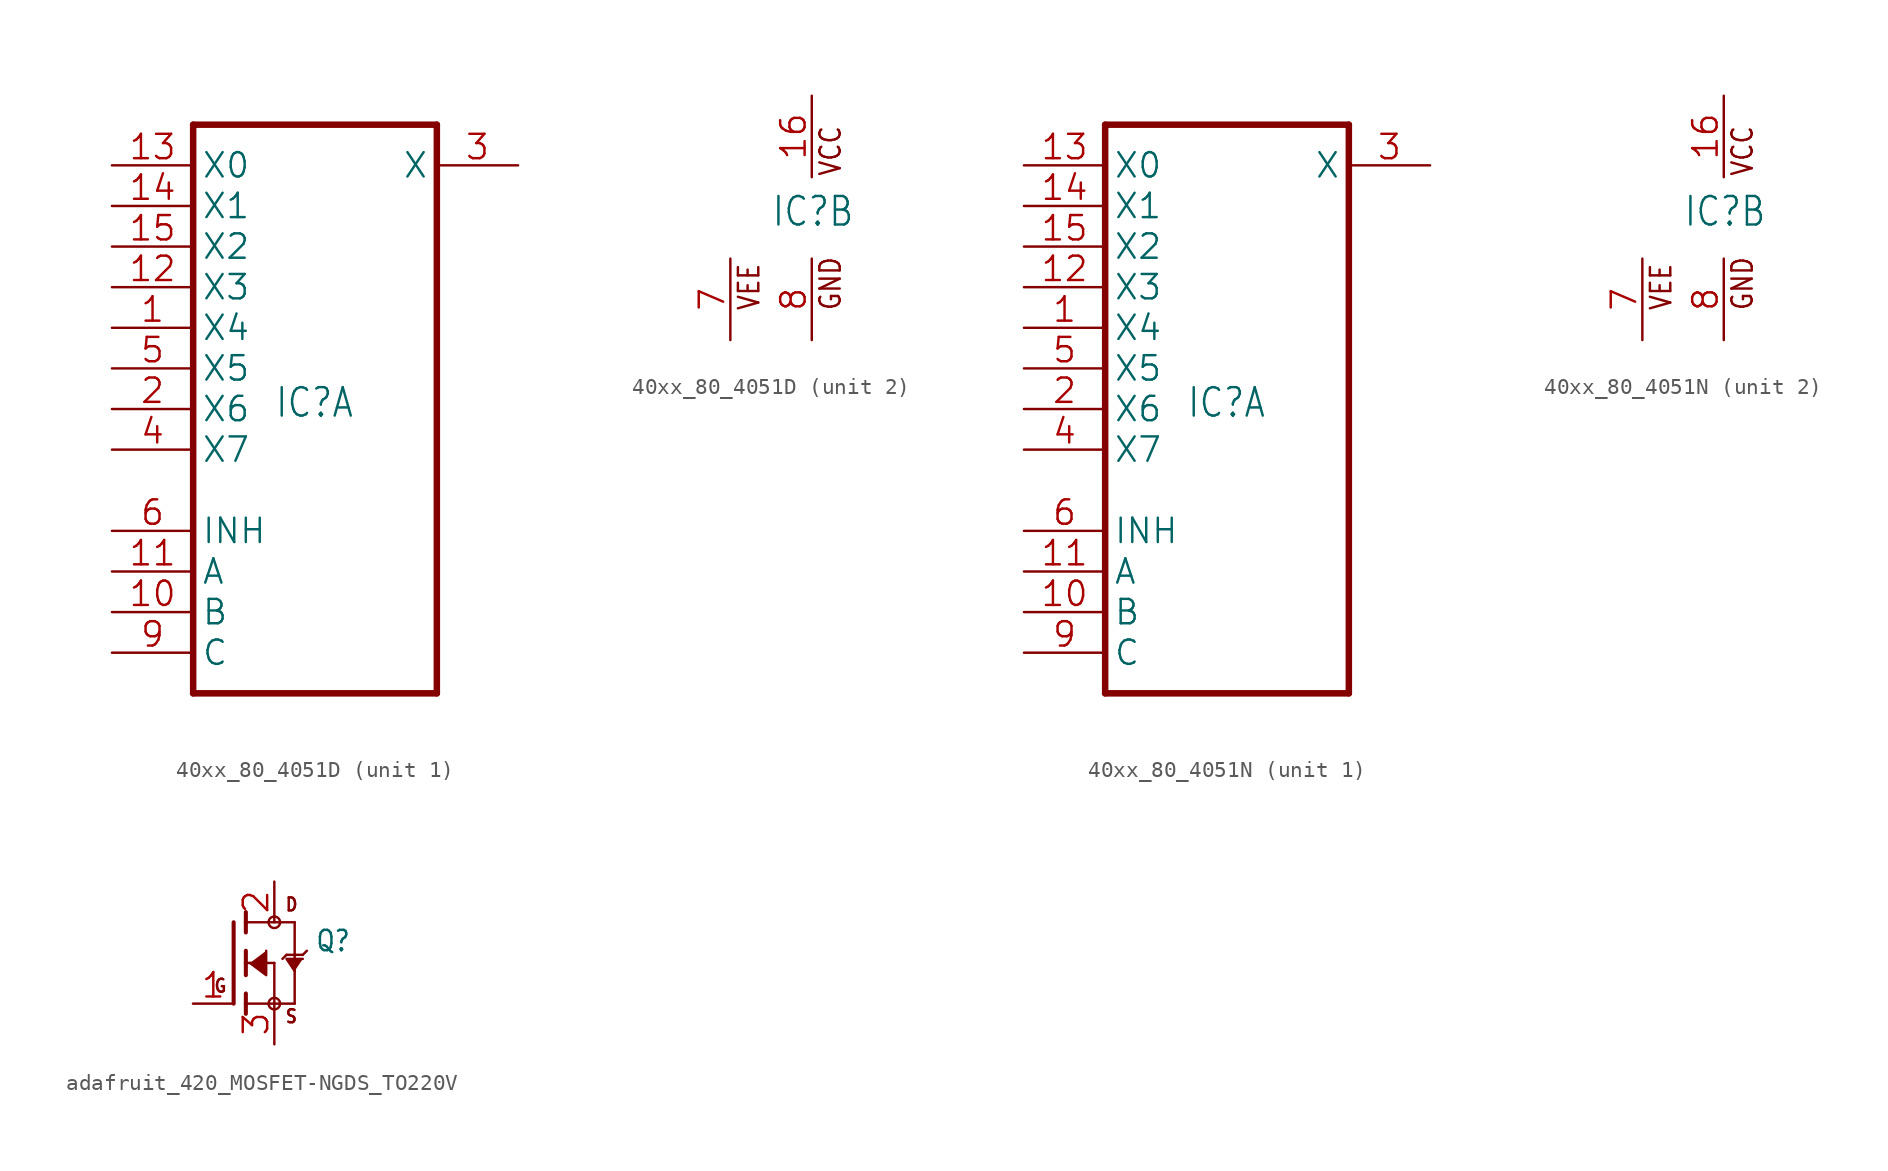
<source format=kicad_sym>
(kicad_symbol_lib
  (version 20241209)
  (generator "kicad_symbol_editor")
  (generator_version "9.0")
  (symbol "40xx_80_4051D"
    (property "Reference" "IC"
      (at -2.54 -0.635 0)
      (effects (font (size 1.778 1.511)) (justify left bottom)))
    (property "ki_locked" ""
      (at 0 0 0)
      (effects (font (size 1.27 1.27))))
    (symbol "40xx_80_4051D_1_0"
      (polyline (pts (xy -7.62 17.78) (xy -7.62 -17.78)) (stroke (width 0.406) (type solid)) (fill (type none)))
      (polyline (pts (xy -7.62 -17.78) (xy 7.62 -17.78)) (stroke (width 0.406) (type solid)) (fill (type none)))
      (polyline (pts (xy 7.62 17.78) (xy -7.62 17.78)) (stroke (width 0.406) (type solid)) (fill (type none)))
      (polyline (pts (xy 7.62 -17.78) (xy 7.62 17.78)) (stroke (width 0.406) (type solid)) (fill (type none)))
      (pin bidirectional line (at -12.7 15.24 0) (length 5.08) (name "X0" (effects (font (size 1.524 1.524)))) (number "13" (effects (font (size 1.524 1.524)))))
      (pin bidirectional line (at -12.7 12.7 0) (length 5.08) (name "X1" (effects (font (size 1.524 1.524)))) (number "14" (effects (font (size 1.524 1.524)))))
      (pin bidirectional line (at -12.7 10.16 0) (length 5.08) (name "X2" (effects (font (size 1.524 1.524)))) (number "15" (effects (font (size 1.524 1.524)))))
      (pin bidirectional line (at -12.7 7.62 0) (length 5.08) (name "X3" (effects (font (size 1.524 1.524)))) (number "12" (effects (font (size 1.524 1.524)))))
      (pin bidirectional line (at -12.7 5.08 0) (length 5.08) (name "X4" (effects (font (size 1.524 1.524)))) (number "1" (effects (font (size 1.524 1.524)))))
      (pin bidirectional line (at -12.7 2.54 0) (length 5.08) (name "X5" (effects (font (size 1.524 1.524)))) (number "5" (effects (font (size 1.524 1.524)))))
      (pin bidirectional line (at -12.7 0 0) (length 5.08) (name "X6" (effects (font (size 1.524 1.524)))) (number "2" (effects (font (size 1.524 1.524)))))
      (pin bidirectional line (at -12.7 -2.54 0) (length 5.08) (name "X7" (effects (font (size 1.524 1.524)))) (number "4" (effects (font (size 1.524 1.524)))))
      (pin input line (at -12.7 -7.62 0) (length 5.08) (name "INH" (effects (font (size 1.524 1.524)))) (number "6" (effects (font (size 1.524 1.524)))))
      (pin input line (at -12.7 -10.16 0) (length 5.08) (name "A" (effects (font (size 1.524 1.524)))) (number "11" (effects (font (size 1.524 1.524)))))
      (pin input line (at -12.7 -12.7 0) (length 5.08) (name "B" (effects (font (size 1.524 1.524)))) (number "10" (effects (font (size 1.524 1.524)))))
      (pin input line (at -12.7 -15.24 0) (length 5.08) (name "C" (effects (font (size 1.524 1.524)))) (number "9" (effects (font (size 1.524 1.524)))))
      (pin bidirectional line (at 12.7 15.24 180) (length 5.08) (name "X" (effects (font (size 1.524 1.524)))) (number "3" (effects (font (size 1.524 1.524))))))
    (symbol "40xx_80_4051D_2_0"
      (text "VEE" (at -3.175 -5.842 900) (effects (font (size 1.27 1.079)) (justify left bottom)))
      (text "VCC" (at 1.905 2.54 900) (effects (font (size 1.27 1.079)) (justify left bottom)))
      (text "GND" (at 1.905 -5.842 900) (effects (font (size 1.27 1.079)) (justify left bottom)))
      (pin power_in line (at -5.08 -7.62 90) (length 5.08) (name "VEE" (effects (font (size 0 0)))) (number "7" (effects (font (size 1.524 1.524)))))
      (pin power_in line (at 0 7.62 270) (length 5.08) (name "VCC" (effects (font (size 0 0)))) (number "16" (effects (font (size 1.524 1.524)))))
      (pin power_in line (at 0 -7.62 90) (length 5.08) (name "GND" (effects (font (size 0 0)))) (number "8" (effects (font (size 1.524 1.524)))))))
  (symbol "40xx_80_4051N"
    (property "Reference" "IC"
      (at -2.54 -0.635 0)
      (effects (font (size 1.778 1.511)) (justify left bottom)))
    (property "ki_locked" ""
      (at 0 0 0)
      (effects (font (size 1.27 1.27))))
    (symbol "40xx_80_4051N_1_0"
      (polyline (pts (xy -7.62 17.78) (xy -7.62 -17.78)) (stroke (width 0.406) (type solid)) (fill (type none)))
      (polyline (pts (xy -7.62 -17.78) (xy 7.62 -17.78)) (stroke (width 0.406) (type solid)) (fill (type none)))
      (polyline (pts (xy 7.62 17.78) (xy -7.62 17.78)) (stroke (width 0.406) (type solid)) (fill (type none)))
      (polyline (pts (xy 7.62 -17.78) (xy 7.62 17.78)) (stroke (width 0.406) (type solid)) (fill (type none)))
      (pin bidirectional line (at -12.7 15.24 0) (length 5.08) (name "X0" (effects (font (size 1.524 1.524)))) (number "13" (effects (font (size 1.524 1.524)))))
      (pin bidirectional line (at -12.7 12.7 0) (length 5.08) (name "X1" (effects (font (size 1.524 1.524)))) (number "14" (effects (font (size 1.524 1.524)))))
      (pin bidirectional line (at -12.7 10.16 0) (length 5.08) (name "X2" (effects (font (size 1.524 1.524)))) (number "15" (effects (font (size 1.524 1.524)))))
      (pin bidirectional line (at -12.7 7.62 0) (length 5.08) (name "X3" (effects (font (size 1.524 1.524)))) (number "12" (effects (font (size 1.524 1.524)))))
      (pin bidirectional line (at -12.7 5.08 0) (length 5.08) (name "X4" (effects (font (size 1.524 1.524)))) (number "1" (effects (font (size 1.524 1.524)))))
      (pin bidirectional line (at -12.7 2.54 0) (length 5.08) (name "X5" (effects (font (size 1.524 1.524)))) (number "5" (effects (font (size 1.524 1.524)))))
      (pin bidirectional line (at -12.7 0 0) (length 5.08) (name "X6" (effects (font (size 1.524 1.524)))) (number "2" (effects (font (size 1.524 1.524)))))
      (pin bidirectional line (at -12.7 -2.54 0) (length 5.08) (name "X7" (effects (font (size 1.524 1.524)))) (number "4" (effects (font (size 1.524 1.524)))))
      (pin input line (at -12.7 -7.62 0) (length 5.08) (name "INH" (effects (font (size 1.524 1.524)))) (number "6" (effects (font (size 1.524 1.524)))))
      (pin input line (at -12.7 -10.16 0) (length 5.08) (name "A" (effects (font (size 1.524 1.524)))) (number "11" (effects (font (size 1.524 1.524)))))
      (pin input line (at -12.7 -12.7 0) (length 5.08) (name "B" (effects (font (size 1.524 1.524)))) (number "10" (effects (font (size 1.524 1.524)))))
      (pin input line (at -12.7 -15.24 0) (length 5.08) (name "C" (effects (font (size 1.524 1.524)))) (number "9" (effects (font (size 1.524 1.524)))))
      (pin bidirectional line (at 12.7 15.24 180) (length 5.08) (name "X" (effects (font (size 1.524 1.524)))) (number "3" (effects (font (size 1.524 1.524))))))
    (symbol "40xx_80_4051N_2_0"
      (text "VEE" (at -3.175 -5.842 900) (effects (font (size 1.27 1.079)) (justify left bottom)))
      (text "VCC" (at 1.905 2.54 900) (effects (font (size 1.27 1.079)) (justify left bottom)))
      (text "GND" (at 1.905 -5.842 900) (effects (font (size 1.27 1.079)) (justify left bottom)))
      (pin power_in line (at -5.08 -7.62 90) (length 5.08) (name "VEE" (effects (font (size 0 0)))) (number "7" (effects (font (size 1.524 1.524)))))
      (pin power_in line (at 0 7.62 270) (length 5.08) (name "VCC" (effects (font (size 0 0)))) (number "16" (effects (font (size 1.524 1.524)))))
      (pin power_in line (at 0 -7.62 90) (length 5.08) (name "GND" (effects (font (size 0 0)))) (number "8" (effects (font (size 1.524 1.524)))))))
  (symbol "adafruit_420_MOSFET-NGDS_TO220V"
    (property "Reference" "Q"
      (at 5.08 0.635 0)
      (effects (font (size 1.27 1.079)) (justify left bottom)))
    (property "Value" ""
      (at 5.08 -1.27 0)
      (effects (font (size 1.27 1.079)) (justify left bottom)))
    (property "ki_locked" ""
      (at 0 0 0)
      (effects (font (size 1.27 1.27))))
    (symbol "adafruit_420_MOSFET-NGDS_TO220V_1_0"
      (polyline (pts (xy 0 2.54) (xy 0 -2.54)) (stroke (width 0.254) (type solid)) (fill (type none)))
      (polyline (pts (xy 0.762 3.175) (xy 0.762 2.54)) (stroke (width 0.254) (type solid)) (fill (type none)))
      (polyline (pts (xy 0.762 2.54) (xy 0.762 1.905)) (stroke (width 0.254) (type solid)) (fill (type none)))
      (polyline (pts (xy 0.762 2.54) (xy 3.81 2.54)) (stroke (width 0.152) (type solid)) (fill (type none)))
      (polyline (pts (xy 0.762 0.762) (xy 0.762 0)) (stroke (width 0.254) (type solid)) (fill (type none)))
      (polyline (pts (xy 0.762 0) (xy 0.762 -0.762)) (stroke (width 0.254) (type solid)) (fill (type none)))
      (polyline (pts (xy 0.762 0) (xy 2.54 0)) (stroke (width 0.152) (type solid)) (fill (type none)))
      (polyline (pts (xy 0.762 -1.905) (xy 0.762 -2.54)) (stroke (width 0.254) (type solid)) (fill (type none)))
      (polyline (pts (xy 0.762 -2.54) (xy 0.762 -3.175)) (stroke (width 0.254) (type solid)) (fill (type none)))
      (polyline (pts (xy 1.016 0) (xy 2.032 -0.762) (xy 2.032 0.762)) (stroke (width 0.152) (type solid)) (fill (type outline)))
      (circle (center 2.54 2.54) (radius 0.359) (stroke (width 0) (type solid)) (fill (type none)))
      (polyline (pts (xy 2.54 0) (xy 2.54 -2.54)) (stroke (width 0.152) (type solid)) (fill (type none)))
      (polyline (pts (xy 2.54 -2.54) (xy 0.762 -2.54)) (stroke (width 0.152) (type solid)) (fill (type none)))
      (polyline (pts (xy 2.54 -2.54) (xy 3.81 -2.54)) (stroke (width 0.152) (type solid)) (fill (type none)))
      (circle (center 2.54 -2.54) (radius 0.359) (stroke (width 0) (type solid)) (fill (type none)))
      (polyline (pts (xy 3.302 0.508) (xy 3.048 0.254)) (stroke (width 0.152) (type solid)) (fill (type none)))
      (polyline (pts (xy 3.81 2.54) (xy 3.81 0.508)) (stroke (width 0.152) (type solid)) (fill (type none)))
      (polyline (pts (xy 3.81 0.508) (xy 3.302 0.508)) (stroke (width 0.152) (type solid)) (fill (type none)))
      (polyline (pts (xy 3.81 0.508) (xy 3.81 -2.54)) (stroke (width 0.152) (type solid)) (fill (type none)))
      (polyline (pts (xy 3.81 -0.508) (xy 3.302 0.254) (xy 4.318 0.254)) (stroke (width 0.152) (type solid)) (fill (type outline)))
      (polyline (pts (xy 4.318 0.508) (xy 3.81 0.508)) (stroke (width 0.152) (type solid)) (fill (type none)))
      (polyline (pts (xy 4.572 0.762) (xy 4.318 0.508)) (stroke (width 0.152) (type solid)) (fill (type none)))
      (text "G" (at -1.27 -1.905 0) (effects (font (size 0.813 0.691)) (justify left bottom)))
      (text "D" (at 3.175 3.175 0) (effects (font (size 0.813 0.691)) (justify left bottom)))
      (text "S" (at 3.175 -3.81 0) (effects (font (size 0.813 0.691)) (justify left bottom)))
      (pin bidirectional line (at -2.54 -2.54 0) (length 2.54) (name "G" (effects (font (size 0 0)))) (number "1" (effects (font (size 1.524 1.524)))))
      (pin bidirectional line (at 2.54 5.08 270) (length 2.54) (name "D" (effects (font (size 0 0)))) (number "2" (effects (font (size 1.524 1.524)))))
      (pin bidirectional line (at 2.54 -5.08 90) (length 2.54) (name "S" (effects (font (size 0 0)))) (number "3" (effects (font (size 1.524 1.524))))))))
</source>
